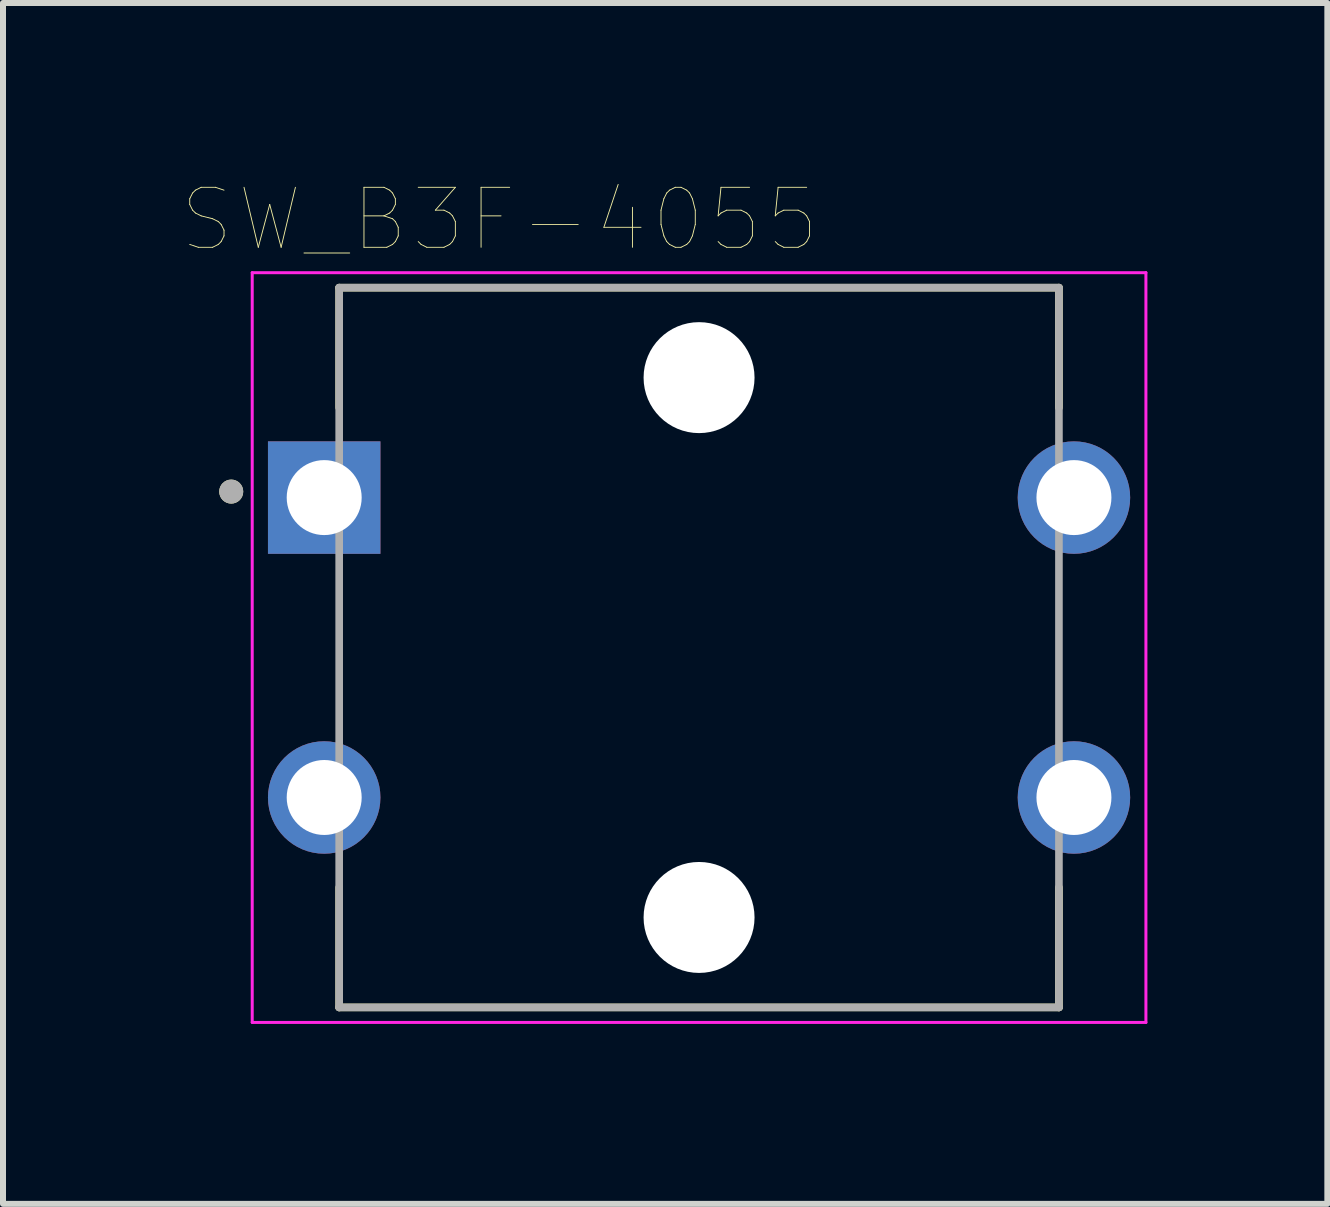
<source format=kicad_pcb>
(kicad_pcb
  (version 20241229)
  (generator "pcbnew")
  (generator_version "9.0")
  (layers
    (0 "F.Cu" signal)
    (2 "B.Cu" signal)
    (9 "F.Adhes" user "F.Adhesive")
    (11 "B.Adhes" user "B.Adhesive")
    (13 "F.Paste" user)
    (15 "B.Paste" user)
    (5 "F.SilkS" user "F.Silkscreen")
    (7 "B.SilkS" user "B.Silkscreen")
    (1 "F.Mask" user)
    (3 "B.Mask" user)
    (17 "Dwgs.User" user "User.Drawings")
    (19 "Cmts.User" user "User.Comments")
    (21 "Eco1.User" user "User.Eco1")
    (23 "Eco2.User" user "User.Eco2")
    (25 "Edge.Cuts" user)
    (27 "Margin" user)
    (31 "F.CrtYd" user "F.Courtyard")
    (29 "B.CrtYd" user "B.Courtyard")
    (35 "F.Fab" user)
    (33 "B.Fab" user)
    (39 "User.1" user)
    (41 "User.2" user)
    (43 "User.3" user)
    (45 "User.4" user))
  (footprint "SW_B3F-4055"
    (layer "F.Cu")
    (at 8.605 7.746)
    (property "Reference" "SW_B3F-4055" (at -3.325 -7.135 0) (layer "F.SilkS") (effects (font (size 1 1) (thickness 0.015))))
    (attr through_hole)
    (fp_line (start -6 -6) (end 6 -6) (stroke (width 0.127) (type solid)) (layer "F.SilkS"))
    (fp_line (start -6 -4) (end -6 -6) (stroke (width 0.127) (type solid)) (layer "F.SilkS"))
    (fp_line (start -6 4) (end -6 6) (stroke (width 0.127) (type solid)) (layer "F.SilkS"))
    (fp_line (start -6 6) (end 6 6) (stroke (width 0.127) (type solid)) (layer "F.SilkS"))
    (fp_line (start 6 -6) (end 6 -4) (stroke (width 0.127) (type solid)) (layer "F.SilkS"))
    (fp_line (start 6 6) (end 6 4) (stroke (width 0.127) (type solid)) (layer "F.SilkS"))
    (fp_circle (center -7.8 -2.6) (end -7.7 -2.6) (stroke (width 0.2) (type solid)) (fill no) (layer "F.SilkS"))
    (fp_line (start -7.45 -6.25) (end -7.45 6.25) (stroke (width 0.05) (type solid)) (layer "F.CrtYd"))
    (fp_line (start -7.45 6.25) (end 7.45 6.25) (stroke (width 0.05) (type solid)) (layer "F.CrtYd"))
    (fp_line (start 7.45 -6.25) (end -7.45 -6.25) (stroke (width 0.05) (type solid)) (layer "F.CrtYd"))
    (fp_line (start 7.45 6.25) (end 7.45 -6.25) (stroke (width 0.05) (type solid)) (layer "F.CrtYd"))
    (fp_line (start -6 -6) (end -6 6) (stroke (width 0.127) (type solid)) (layer "F.Fab"))
    (fp_line (start -6 6) (end 6 6) (stroke (width 0.127) (type solid)) (layer "F.Fab"))
    (fp_line (start 6 -6) (end -6 -6) (stroke (width 0.127) (type solid)) (layer "F.Fab"))
    (fp_line (start 6 6) (end 6 -6) (stroke (width 0.127) (type solid)) (layer "F.Fab"))
    (fp_circle (center -7.8 -2.6) (end -7.7 -2.6) (stroke (width 0.2) (type solid)) (fill no) (layer "F.Fab"))
    (pad "" np_thru_hole circle (at 0 -4.5) (size 1.85 1.85) (drill 1.85) (layers "*.Cu" "*.Mask"))
    (pad "" np_thru_hole circle (at 0 4.5) (size 1.85 1.85) (drill 1.85) (layers "*.Cu" "*.Mask"))
    (pad "1" thru_hole rect (at -6.25 -2.5) (size 1.875 1.875) (drill 1.25) (layers "*.Cu" "*.Mask"))
    (pad "2" thru_hole circle (at 6.25 -2.5) (size 1.875 1.875) (drill 1.25) (layers "*.Cu" "*.Mask"))
    (pad "3" thru_hole circle (at -6.25 2.5) (size 1.875 1.875) (drill 1.25) (layers "*.Cu" "*.Mask"))
    (pad "4" thru_hole circle (at 6.25 2.5) (size 1.875 1.875) (drill 1.25) (layers "*.Cu" "*.Mask")))
  (gr_rect
    (start -3 -3)
    (end 19.08 17.021)
    (stroke (width 0.1) (type default))
    (fill no)
    (layer "Edge.Cuts")))
</source>
